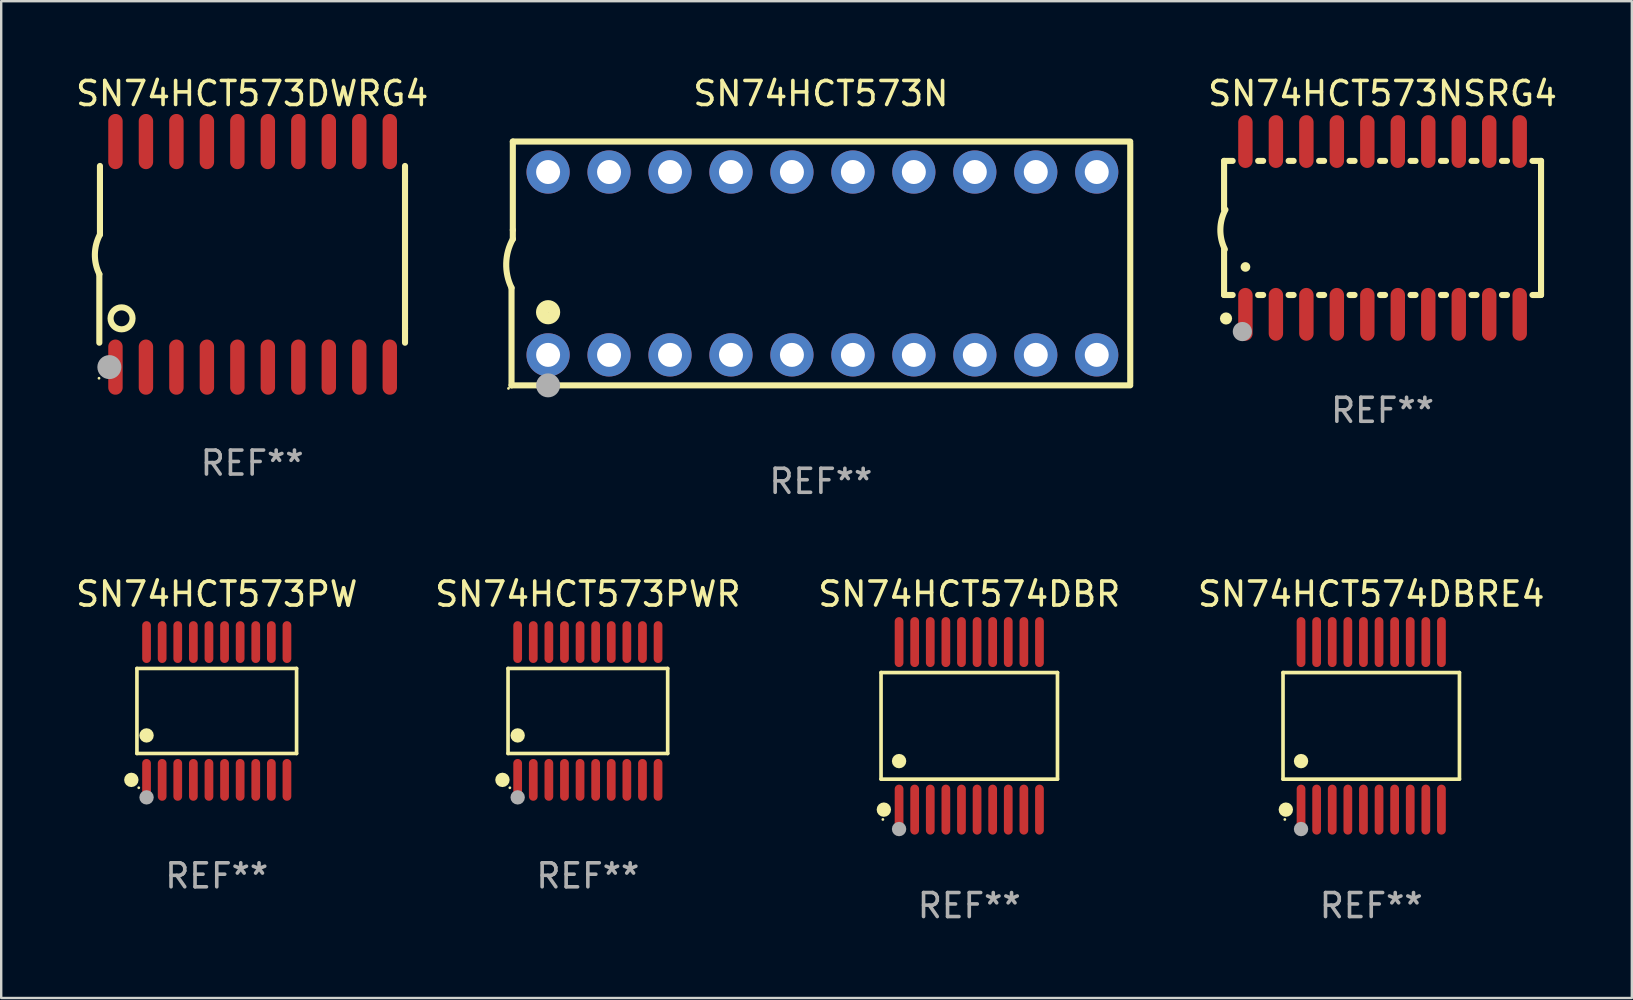
<source format=kicad_pcb>
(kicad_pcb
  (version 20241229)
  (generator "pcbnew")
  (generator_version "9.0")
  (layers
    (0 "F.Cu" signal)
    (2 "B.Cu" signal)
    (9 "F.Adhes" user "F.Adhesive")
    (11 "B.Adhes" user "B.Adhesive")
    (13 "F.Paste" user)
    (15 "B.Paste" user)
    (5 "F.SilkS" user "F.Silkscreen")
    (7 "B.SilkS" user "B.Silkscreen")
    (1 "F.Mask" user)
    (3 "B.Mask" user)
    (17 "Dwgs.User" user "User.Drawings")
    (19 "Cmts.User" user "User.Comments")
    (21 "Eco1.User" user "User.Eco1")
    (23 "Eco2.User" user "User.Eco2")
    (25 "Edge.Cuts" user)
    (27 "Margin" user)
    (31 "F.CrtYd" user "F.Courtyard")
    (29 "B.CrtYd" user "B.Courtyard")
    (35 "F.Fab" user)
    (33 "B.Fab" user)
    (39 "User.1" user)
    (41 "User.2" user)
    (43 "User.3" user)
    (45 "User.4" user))
  (footprint "SN74HCT573PWR"
    (layer "F.Cu")
    (at 21.446 26.576)
    (property "Reference" "SN74HCT573PWR" (at 0 -4.871 0) (layer "F.SilkS") (effects (font (size 1 1) (thickness 0.15))))
    (attr through_hole)
    (fp_line (start -3.326 -1.771) (end 3.326 -1.771) (stroke (width 0.152) (type solid)) (layer "F.SilkS"))
    (fp_line (start -3.326 1.771) (end -3.326 -1.771) (stroke (width 0.152) (type solid)) (layer "F.SilkS"))
    (fp_line (start 3.326 -1.771) (end 3.326 1.771) (stroke (width 0.152) (type solid)) (layer "F.SilkS"))
    (fp_line (start 3.326 1.771) (end -3.326 1.771) (stroke (width 0.152) (type solid)) (layer "F.SilkS"))
    (fp_circle (center -3.559 2.871) (end -3.409 2.871) (stroke (width 0.3) (type solid)) (fill no) (layer "F.SilkS"))
    (fp_circle (center -3.25 3.2) (end -3.22 3.2) (stroke (width 0.06) (type solid)) (fill no) (layer "F.SilkS"))
    (fp_circle (center -2.925 1.019) (end -2.775 1.019) (stroke (width 0.3) (type solid)) (fill no) (layer "F.SilkS"))
    (fp_circle (center -2.925 3.6) (end -2.775 3.6) (stroke (width 0.3) (type solid)) (fill no) (layer "F.Fab"))
    (fp_text user "REF**" (at 0 6.871 0) (layer "F.Fab") (effects (font (size 1 1) (thickness 0.15))))
    (pad "1" smd oval (at -2.925 2.871) (size 0.364 1.742) (layers "F.Cu" "F.Mask" "F.Paste"))
    (pad "2" smd oval (at -2.275 2.871) (size 0.364 1.742) (layers "F.Cu" "F.Mask" "F.Paste"))
    (pad "3" smd oval (at -1.625 2.871) (size 0.364 1.742) (layers "F.Cu" "F.Mask" "F.Paste"))
    (pad "4" smd oval (at -0.975 2.871) (size 0.364 1.742) (layers "F.Cu" "F.Mask" "F.Paste"))
    (pad "5" smd oval (at -0.325 2.871) (size 0.364 1.742) (layers "F.Cu" "F.Mask" "F.Paste"))
    (pad "6" smd oval (at 0.325 2.871) (size 0.364 1.742) (layers "F.Cu" "F.Mask" "F.Paste"))
    (pad "7" smd oval (at 0.975 2.871) (size 0.364 1.742) (layers "F.Cu" "F.Mask" "F.Paste"))
    (pad "8" smd oval (at 1.625 2.871) (size 0.364 1.742) (layers "F.Cu" "F.Mask" "F.Paste"))
    (pad "9" smd oval (at 2.275 2.871) (size 0.364 1.742) (layers "F.Cu" "F.Mask" "F.Paste"))
    (pad "10" smd oval (at 2.925 2.871) (size 0.364 1.742) (layers "F.Cu" "F.Mask" "F.Paste"))
    (pad "11" smd oval (at 2.925 -2.871) (size 0.364 1.742) (layers "F.Cu" "F.Mask" "F.Paste"))
    (pad "12" smd oval (at 2.275 -2.871) (size 0.364 1.742) (layers "F.Cu" "F.Mask" "F.Paste"))
    (pad "13" smd oval (at 1.625 -2.871) (size 0.364 1.742) (layers "F.Cu" "F.Mask" "F.Paste"))
    (pad "14" smd oval (at 0.975 -2.871) (size 0.364 1.742) (layers "F.Cu" "F.Mask" "F.Paste"))
    (pad "15" smd oval (at 0.325 -2.871) (size 0.364 1.742) (layers "F.Cu" "F.Mask" "F.Paste"))
    (pad "16" smd oval (at -0.325 -2.871) (size 0.364 1.742) (layers "F.Cu" "F.Mask" "F.Paste"))
    (pad "17" smd oval (at -0.975 -2.871) (size 0.364 1.742) (layers "F.Cu" "F.Mask" "F.Paste"))
    (pad "18" smd oval (at -1.625 -2.871) (size 0.364 1.742) (layers "F.Cu" "F.Mask" "F.Paste"))
    (pad "19" smd oval (at -2.275 -2.871) (size 0.364 1.742) (layers "F.Cu" "F.Mask" "F.Paste"))
    (pad "20" smd oval (at -2.925 -2.871) (size 0.364 1.742) (layers "F.Cu" "F.Mask" "F.Paste")))
  (footprint "SN74HCT573NSRG4"
    (layer "F.Cu")
    (at 54.561 6.448)
    (property "Reference" "SN74HCT573NSRG4" (at 0 -5.6 0) (layer "F.SilkS") (effects (font (size 1 1) (thickness 0.15))))
    (attr through_hole)
    (fp_line (start -6.604 -2.794) (end -6.246 -2.794) (stroke (width 0.254) (type solid)) (layer "F.SilkS"))
    (fp_line (start -6.604 -0.762) (end -6.604 -2.794) (stroke (width 0.254) (type solid)) (layer "F.SilkS"))
    (fp_line (start -6.604 2.794) (end -6.604 0.889) (stroke (width 0.254) (type solid)) (layer "F.SilkS"))
    (fp_line (start -6.246 2.794) (end -6.604 2.794) (stroke (width 0.254) (type solid)) (layer "F.SilkS"))
    (fp_line (start -5.184 -2.794) (end -4.976 -2.794) (stroke (width 0.254) (type solid)) (layer "F.SilkS"))
    (fp_line (start -4.976 2.794) (end -5.184 2.794) (stroke (width 0.254) (type solid)) (layer "F.SilkS"))
    (fp_line (start -3.914 -2.794) (end -3.706 -2.794) (stroke (width 0.254) (type solid)) (layer "F.SilkS"))
    (fp_line (start -3.706 2.794) (end -3.914 2.794) (stroke (width 0.254) (type solid)) (layer "F.SilkS"))
    (fp_line (start -2.644 -2.794) (end -2.436 -2.794) (stroke (width 0.254) (type solid)) (layer "F.SilkS"))
    (fp_line (start -2.436 2.794) (end -2.644 2.794) (stroke (width 0.254) (type solid)) (layer "F.SilkS"))
    (fp_line (start -1.374 -2.794) (end -1.166 -2.794) (stroke (width 0.254) (type solid)) (layer "F.SilkS"))
    (fp_line (start -1.166 2.794) (end -1.374 2.794) (stroke (width 0.254) (type solid)) (layer "F.SilkS"))
    (fp_line (start -0.104 -2.794) (end 0.104 -2.794) (stroke (width 0.254) (type solid)) (layer "F.SilkS"))
    (fp_line (start 0.104 2.794) (end -0.104 2.794) (stroke (width 0.254) (type solid)) (layer "F.SilkS"))
    (fp_line (start 1.166 -2.794) (end 1.374 -2.794) (stroke (width 0.254) (type solid)) (layer "F.SilkS"))
    (fp_line (start 1.374 2.794) (end 1.166 2.794) (stroke (width 0.254) (type solid)) (layer "F.SilkS"))
    (fp_line (start 2.436 -2.794) (end 2.644 -2.794) (stroke (width 0.254) (type solid)) (layer "F.SilkS"))
    (fp_line (start 2.644 2.794) (end 2.436 2.794) (stroke (width 0.254) (type solid)) (layer "F.SilkS"))
    (fp_line (start 3.706 -2.794) (end 3.914 -2.794) (stroke (width 0.254) (type solid)) (layer "F.SilkS"))
    (fp_line (start 3.914 2.794) (end 3.706 2.794) (stroke (width 0.254) (type solid)) (layer "F.SilkS"))
    (fp_line (start 4.976 -2.794) (end 5.184 -2.794) (stroke (width 0.254) (type solid)) (layer "F.SilkS"))
    (fp_line (start 5.184 2.794) (end 4.976 2.794) (stroke (width 0.254) (type solid)) (layer "F.SilkS"))
    (fp_line (start 6.246 -2.794) (end 6.604 -2.794) (stroke (width 0.254) (type solid)) (layer "F.SilkS"))
    (fp_line (start 6.604 -2.794) (end 6.604 2.794) (stroke (width 0.254) (type solid)) (layer "F.SilkS"))
    (fp_line (start 6.604 2.794) (end 6.246 2.794) (stroke (width 0.254) (type solid)) (layer "F.SilkS"))
    (fp_arc (start -6.572821 0.889028) (mid -6.759035 0.060466) (end -6.547422 -0.761976) (stroke (width 0.254001) (type solid)) (layer "F.SilkS"))
    (fp_arc (start -6.570993 3.749047) (mid -6.569723 3.749042) (end -6.568453 3.749047) (stroke (width 0.3) (type solid)) (layer "F.SilkS"))
    (fp_arc (start -5.715011 1.625603) (mid -5.713741 1.625599) (end -5.712471 1.625603) (stroke (width 0.4) (type solid)) (layer "F.SilkS"))
    (fp_circle (center -6.523 3.773) (end -6.396 3.773) (stroke (width 0.254) (type solid)) (fill no) (layer "F.SilkS"))
    (fp_circle (center -5.842 4.318) (end -5.642 4.318) (stroke (width 0.4) (type solid)) (fill no) (layer "F.Fab"))
    (fp_text user "REF**" (at 0 7.6 0) (layer "F.Fab") (effects (font (size 1 1) (thickness 0.15))))
    (pad "1" smd oval (at -5.715 3.6) (size 0.6 2.2) (layers "F.Cu" "F.Mask" "F.Paste"))
    (pad "2" smd oval (at -4.445 3.6) (size 0.6 2.2) (layers "F.Cu" "F.Mask" "F.Paste"))
    (pad "3" smd oval (at -3.175 3.6) (size 0.6 2.2) (layers "F.Cu" "F.Mask" "F.Paste"))
    (pad "4" smd oval (at -1.905 3.6) (size 0.6 2.2) (layers "F.Cu" "F.Mask" "F.Paste"))
    (pad "5" smd oval (at -0.635 3.6) (size 0.6 2.2) (layers "F.Cu" "F.Mask" "F.Paste"))
    (pad "6" smd oval (at 0.635 3.6) (size 0.6 2.2) (layers "F.Cu" "F.Mask" "F.Paste"))
    (pad "7" smd oval (at 1.905 3.6) (size 0.6 2.2) (layers "F.Cu" "F.Mask" "F.Paste"))
    (pad "8" smd oval (at 3.175 3.6) (size 0.6 2.2) (layers "F.Cu" "F.Mask" "F.Paste"))
    (pad "9" smd oval (at 4.445 3.6) (size 0.6 2.2) (layers "F.Cu" "F.Mask" "F.Paste"))
    (pad "10" smd oval (at 5.715 3.6) (size 0.6 2.2) (layers "F.Cu" "F.Mask" "F.Paste"))
    (pad "11" smd oval (at 5.715 -3.6 180) (size 0.6 2.2) (layers "F.Cu" "F.Mask" "F.Paste"))
    (pad "12" smd oval (at 4.445 -3.6 180) (size 0.6 2.2) (layers "F.Cu" "F.Mask" "F.Paste"))
    (pad "13" smd oval (at 3.175 -3.6 180) (size 0.6 2.2) (layers "F.Cu" "F.Mask" "F.Paste"))
    (pad "14" smd oval (at 1.905 -3.6 180) (size 0.6 2.2) (layers "F.Cu" "F.Mask" "F.Paste"))
    (pad "15" smd oval (at 0.635 -3.6 180) (size 0.6 2.2) (layers "F.Cu" "F.Mask" "F.Paste"))
    (pad "16" smd oval (at -0.635 -3.6 180) (size 0.6 2.2) (layers "F.Cu" "F.Mask" "F.Paste"))
    (pad "17" smd oval (at -1.905 -3.6 180) (size 0.6 2.2) (layers "F.Cu" "F.Mask" "F.Paste"))
    (pad "18" smd oval (at -3.175 -3.6 180) (size 0.6 2.2) (layers "F.Cu" "F.Mask" "F.Paste"))
    (pad "19" smd oval (at -4.445 -3.6 180) (size 0.6 2.2) (layers "F.Cu" "F.Mask" "F.Paste"))
    (pad "20" smd oval (at -5.715 -3.6 180) (size 0.6 2.2) (layers "F.Cu" "F.Mask" "F.Paste")))
  (footprint "SN74HCT573DWRG4"
    (layer "F.Cu")
    (at 7.458 7.548)
    (property "Reference" "SN74HCT573DWRG4" (at 0 -6.7 0) (layer "F.SilkS") (effects (font (size 1 1) (thickness 0.15))))
    (attr through_hole)
    (fp_line (start -6.369 0.826) (end -6.369 3.683) (stroke (width 0.254) (type solid)) (layer "F.SilkS"))
    (fp_line (start -6.343 -0.825) (end -6.343 -3.683) (stroke (width 0.254) (type solid)) (layer "F.SilkS"))
    (fp_line (start 6.369 -3.048) (end 6.369 -3.683) (stroke (width 0.254) (type solid)) (layer "F.SilkS"))
    (fp_line (start 6.369 -3.048) (end 6.369 3.096) (stroke (width 0.254) (type solid)) (layer "F.SilkS"))
    (fp_line (start 6.369 3.096) (end 6.369 3.683) (stroke (width 0.254) (type solid)) (layer "F.SilkS"))
    (fp_arc (start -6.36853 0.825552) (mid -6.554743 -0.00301) (end -6.343129 -0.825451) (stroke (width 0.254001) (type solid)) (layer "F.SilkS"))
    (fp_circle (center -6.382 5.163) (end -6.352 5.163) (stroke (width 0.06) (type solid)) (fill no) (layer "F.SilkS"))
    (fp_circle (center -5.443 2.667) (end -4.985 2.667) (stroke (width 0.254) (type solid)) (fill no) (layer "F.SilkS"))
    (fp_circle (center -5.951 4.699) (end -5.701 4.699) (stroke (width 0.5) (type solid)) (fill no) (layer "F.Fab"))
    (fp_text user "REF**" (at 0 8.7 0) (layer "F.Fab") (effects (font (size 1 1) (thickness 0.15))))
    (pad "1" smd oval (at -5.697 4.7 180) (size 0.6 2.3) (layers "F.Cu" "F.Mask" "F.Paste"))
    (pad "2" smd oval (at -4.427 4.7 180) (size 0.6 2.3) (layers "F.Cu" "F.Mask" "F.Paste"))
    (pad "3" smd oval (at -3.157 4.7 180) (size 0.6 2.3) (layers "F.Cu" "F.Mask" "F.Paste"))
    (pad "4" smd oval (at -1.887 4.7 180) (size 0.6 2.3) (layers "F.Cu" "F.Mask" "F.Paste"))
    (pad "5" smd oval (at -0.617 4.7 180) (size 0.6 2.3) (layers "F.Cu" "F.Mask" "F.Paste"))
    (pad "6" smd oval (at 0.653 4.7 180) (size 0.6 2.3) (layers "F.Cu" "F.Mask" "F.Paste"))
    (pad "7" smd oval (at 1.923 4.7 180) (size 0.6 2.3) (layers "F.Cu" "F.Mask" "F.Paste"))
    (pad "8" smd oval (at 3.193 4.7 180) (size 0.6 2.3) (layers "F.Cu" "F.Mask" "F.Paste"))
    (pad "9" smd oval (at 4.463 4.7 180) (size 0.6 2.3) (layers "F.Cu" "F.Mask" "F.Paste"))
    (pad "10" smd oval (at 5.734 4.7 180) (size 0.6 2.3) (layers "F.Cu" "F.Mask" "F.Paste"))
    (pad "11" smd oval (at 5.734 -4.7 180) (size 0.6 2.3) (layers "F.Cu" "F.Mask" "F.Paste"))
    (pad "12" smd oval (at 4.463 -4.7 180) (size 0.6 2.3) (layers "F.Cu" "F.Mask" "F.Paste"))
    (pad "13" smd oval (at 3.193 -4.7 180) (size 0.6 2.3) (layers "F.Cu" "F.Mask" "F.Paste"))
    (pad "14" smd oval (at 1.923 -4.7 180) (size 0.6 2.3) (layers "F.Cu" "F.Mask" "F.Paste"))
    (pad "15" smd oval (at 0.653 -4.7 180) (size 0.6 2.3) (layers "F.Cu" "F.Mask" "F.Paste"))
    (pad "16" smd oval (at -0.617 -4.7 180) (size 0.6 2.3) (layers "F.Cu" "F.Mask" "F.Paste"))
    (pad "17" smd oval (at -1.887 -4.7 180) (size 0.6 2.3) (layers "F.Cu" "F.Mask" "F.Paste"))
    (pad "18" smd oval (at -3.157 -4.7 180) (size 0.6 2.3) (layers "F.Cu" "F.Mask" "F.Paste"))
    (pad "19" smd oval (at -4.427 -4.7 180) (size 0.6 2.3) (layers "F.Cu" "F.Mask" "F.Paste"))
    (pad "20" smd oval (at -5.697 -4.7 180) (size 0.6 2.3) (layers "F.Cu" "F.Mask" "F.Paste")))
  (footprint "SN74HCT573N"
    (layer "F.Cu")
    (at 31.156 7.928)
    (property "Reference" "SN74HCT573N" (at 0 -7.08 0) (layer "F.SilkS") (effects (font (size 1 1) (thickness 0.15))))
    (attr through_hole)
    (fp_line (start -12.891 5.08) (end -12.891 1.016) (stroke (width 0.254) (type solid)) (layer "F.SilkS"))
    (fp_line (start -12.891 5.08) (end 12.891 5.08) (stroke (width 0.254) (type solid)) (layer "F.SilkS"))
    (fp_line (start -12.837 -5.08) (end -12.837 -1.397) (stroke (width 0.254) (type solid)) (layer "F.SilkS"))
    (fp_line (start -12.837 -5.08) (end 12.891 -5.08) (stroke (width 0.254) (type solid)) (layer "F.SilkS"))
    (fp_line (start -12.837 -1.397) (end -12.837 -1.016) (stroke (width 0.254) (type solid)) (layer "F.SilkS"))
    (fp_line (start 12.891 -5) (end 12.891 5) (stroke (width 0.254) (type solid)) (layer "F.SilkS"))
    (fp_arc (start -12.890526 1.016002) (mid -13.111945 -0.006602) (end -12.836525 -1.016002) (stroke (width 0.254001) (type solid)) (layer "F.SilkS"))
    (fp_circle (center -13.018 5.207) (end -12.988 5.207) (stroke (width 0.06) (type solid)) (fill no) (layer "F.SilkS"))
    (fp_circle (center -11.367 2.032) (end -11.113 2.032) (stroke (width 0.5) (type solid)) (fill no) (layer "F.SilkS"))
    (fp_circle (center -11.367 5.08) (end -11.117 5.08) (stroke (width 0.5) (type solid)) (fill no) (layer "F.Fab"))
    (fp_text user "REF**" (at 0 9.08 0) (layer "F.Fab") (effects (font (size 1 1) (thickness 0.15))))
    (pad "1" thru_hole circle (at -11.367 3.81) (size 1.8 1.8) (drill 1) (layers "*.Cu" "*.Mask"))
    (pad "2" thru_hole circle (at -8.827 3.81) (size 1.8 1.8) (drill 1) (layers "*.Cu" "*.Mask"))
    (pad "3" thru_hole circle (at -6.287 3.81) (size 1.8 1.8) (drill 1) (layers "*.Cu" "*.Mask"))
    (pad "4" thru_hole circle (at -3.747 3.81) (size 1.8 1.8) (drill 1) (layers "*.Cu" "*.Mask"))
    (pad "5" thru_hole circle (at -1.207 3.81) (size 1.8 1.8) (drill 1) (layers "*.Cu" "*.Mask"))
    (pad "6" thru_hole circle (at 1.334 3.81) (size 1.8 1.8) (drill 1) (layers "*.Cu" "*.Mask"))
    (pad "7" thru_hole circle (at 3.874 3.81) (size 1.8 1.8) (drill 1) (layers "*.Cu" "*.Mask"))
    (pad "8" thru_hole circle (at 6.414 3.81) (size 1.8 1.8) (drill 1) (layers "*.Cu" "*.Mask"))
    (pad "9" thru_hole circle (at 8.954 3.81) (size 1.8 1.8) (drill 1) (layers "*.Cu" "*.Mask"))
    (pad "10" thru_hole circle (at 11.494 3.81) (size 1.8 1.8) (drill 1) (layers "*.Cu" "*.Mask"))
    (pad "11" thru_hole circle (at 11.494 -3.81) (size 1.8 1.8) (drill 1) (layers "*.Cu" "*.Mask"))
    (pad "12" thru_hole circle (at 8.954 -3.81) (size 1.8 1.8) (drill 1) (layers "*.Cu" "*.Mask"))
    (pad "13" thru_hole circle (at 6.414 -3.81) (size 1.8 1.8) (drill 1) (layers "*.Cu" "*.Mask"))
    (pad "14" thru_hole circle (at 3.874 -3.81) (size 1.8 1.8) (drill 1) (layers "*.Cu" "*.Mask"))
    (pad "15" thru_hole circle (at 1.334 -3.81) (size 1.8 1.8) (drill 1) (layers "*.Cu" "*.Mask"))
    (pad "16" thru_hole circle (at -1.207 -3.81) (size 1.8 1.8) (drill 1) (layers "*.Cu" "*.Mask"))
    (pad "17" thru_hole circle (at -3.747 -3.81) (size 1.8 1.8) (drill 1) (layers "*.Cu" "*.Mask"))
    (pad "18" thru_hole circle (at -6.287 -3.81) (size 1.8 1.8) (drill 1) (layers "*.Cu" "*.Mask"))
    (pad "19" thru_hole circle (at -8.827 -3.81) (size 1.8 1.8) (drill 1) (layers "*.Cu" "*.Mask"))
    (pad "20" thru_hole circle (at -11.367 -3.81) (size 1.8 1.8) (drill 1) (layers "*.Cu" "*.Mask")))
  (footprint "SN74HCT574DBR"
    (layer "F.Cu")
    (at 37.339 27.196)
    (property "Reference" "SN74HCT574DBR" (at 0 -5.491 0) (layer "F.SilkS") (effects (font (size 1 1) (thickness 0.15))))
    (attr through_hole)
    (fp_line (start -3.676 -2.221) (end 3.676 -2.221) (stroke (width 0.152) (type solid)) (layer "F.SilkS"))
    (fp_line (start -3.676 2.221) (end -3.676 -2.221) (stroke (width 0.152) (type solid)) (layer "F.SilkS"))
    (fp_line (start 3.676 -2.221) (end 3.676 2.221) (stroke (width 0.152) (type solid)) (layer "F.SilkS"))
    (fp_line (start 3.676 2.221) (end -3.676 2.221) (stroke (width 0.152) (type solid)) (layer "F.SilkS"))
    (fp_circle (center -3.6 3.9) (end -3.57 3.9) (stroke (width 0.06) (type solid)) (fill no) (layer "F.SilkS"))
    (fp_circle (center -3.559 3.491) (end -3.409 3.491) (stroke (width 0.3) (type solid)) (fill no) (layer "F.SilkS"))
    (fp_circle (center -2.925 1.469) (end -2.775 1.469) (stroke (width 0.3) (type solid)) (fill no) (layer "F.SilkS"))
    (fp_circle (center -2.925 4.3) (end -2.775 4.3) (stroke (width 0.3) (type solid)) (fill no) (layer "F.Fab"))
    (fp_text user "REF**" (at 0 7.491 0) (layer "F.Fab") (effects (font (size 1 1) (thickness 0.15))))
    (pad "1" smd oval (at -2.925 3.491) (size 0.364 2.082) (layers "F.Cu" "F.Mask" "F.Paste"))
    (pad "2" smd oval (at -2.275 3.491) (size 0.364 2.082) (layers "F.Cu" "F.Mask" "F.Paste"))
    (pad "3" smd oval (at -1.625 3.491) (size 0.364 2.082) (layers "F.Cu" "F.Mask" "F.Paste"))
    (pad "4" smd oval (at -0.975 3.491) (size 0.364 2.082) (layers "F.Cu" "F.Mask" "F.Paste"))
    (pad "5" smd oval (at -0.325 3.491) (size 0.364 2.082) (layers "F.Cu" "F.Mask" "F.Paste"))
    (pad "6" smd oval (at 0.325 3.491) (size 0.364 2.082) (layers "F.Cu" "F.Mask" "F.Paste"))
    (pad "7" smd oval (at 0.975 3.491) (size 0.364 2.082) (layers "F.Cu" "F.Mask" "F.Paste"))
    (pad "8" smd oval (at 1.625 3.491) (size 0.364 2.082) (layers "F.Cu" "F.Mask" "F.Paste"))
    (pad "9" smd oval (at 2.275 3.491) (size 0.364 2.082) (layers "F.Cu" "F.Mask" "F.Paste"))
    (pad "10" smd oval (at 2.925 3.491) (size 0.364 2.082) (layers "F.Cu" "F.Mask" "F.Paste"))
    (pad "11" smd oval (at 2.925 -3.491) (size 0.364 2.082) (layers "F.Cu" "F.Mask" "F.Paste"))
    (pad "12" smd oval (at 2.275 -3.491) (size 0.364 2.082) (layers "F.Cu" "F.Mask" "F.Paste"))
    (pad "13" smd oval (at 1.625 -3.491) (size 0.364 2.082) (layers "F.Cu" "F.Mask" "F.Paste"))
    (pad "14" smd oval (at 0.975 -3.491) (size 0.364 2.082) (layers "F.Cu" "F.Mask" "F.Paste"))
    (pad "15" smd oval (at 0.325 -3.491) (size 0.364 2.082) (layers "F.Cu" "F.Mask" "F.Paste"))
    (pad "16" smd oval (at -0.325 -3.491) (size 0.364 2.082) (layers "F.Cu" "F.Mask" "F.Paste"))
    (pad "17" smd oval (at -0.975 -3.491) (size 0.364 2.082) (layers "F.Cu" "F.Mask" "F.Paste"))
    (pad "18" smd oval (at -1.625 -3.491) (size 0.364 2.082) (layers "F.Cu" "F.Mask" "F.Paste"))
    (pad "19" smd oval (at -2.275 -3.491) (size 0.364 2.082) (layers "F.Cu" "F.Mask" "F.Paste"))
    (pad "20" smd oval (at -2.925 -3.491) (size 0.364 2.082) (layers "F.Cu" "F.Mask" "F.Paste")))
  (footprint "SN74HCT573PW"
    (layer "F.Cu")
    (at 5.982 26.576)
    (property "Reference" "SN74HCT573PW" (at 0 -4.871 0) (layer "F.SilkS") (effects (font (size 1 1) (thickness 0.15))))
    (attr through_hole)
    (fp_line (start -3.326 -1.771) (end 3.326 -1.771) (stroke (width 0.152) (type solid)) (layer "F.SilkS"))
    (fp_line (start -3.326 1.771) (end -3.326 -1.771) (stroke (width 0.152) (type solid)) (layer "F.SilkS"))
    (fp_line (start 3.326 -1.771) (end 3.326 1.771) (stroke (width 0.152) (type solid)) (layer "F.SilkS"))
    (fp_line (start 3.326 1.771) (end -3.326 1.771) (stroke (width 0.152) (type solid)) (layer "F.SilkS"))
    (fp_circle (center -3.559 2.871) (end -3.409 2.871) (stroke (width 0.3) (type solid)) (fill no) (layer "F.SilkS"))
    (fp_circle (center -3.25 3.2) (end -3.22 3.2) (stroke (width 0.06) (type solid)) (fill no) (layer "F.SilkS"))
    (fp_circle (center -2.925 1.019) (end -2.775 1.019) (stroke (width 0.3) (type solid)) (fill no) (layer "F.SilkS"))
    (fp_circle (center -2.925 3.6) (end -2.775 3.6) (stroke (width 0.3) (type solid)) (fill no) (layer "F.Fab"))
    (fp_text user "REF**" (at 0 6.871 0) (layer "F.Fab") (effects (font (size 1 1) (thickness 0.15))))
    (pad "1" smd oval (at -2.925 2.871) (size 0.364 1.742) (layers "F.Cu" "F.Mask" "F.Paste"))
    (pad "2" smd oval (at -2.275 2.871) (size 0.364 1.742) (layers "F.Cu" "F.Mask" "F.Paste"))
    (pad "3" smd oval (at -1.625 2.871) (size 0.364 1.742) (layers "F.Cu" "F.Mask" "F.Paste"))
    (pad "4" smd oval (at -0.975 2.871) (size 0.364 1.742) (layers "F.Cu" "F.Mask" "F.Paste"))
    (pad "5" smd oval (at -0.325 2.871) (size 0.364 1.742) (layers "F.Cu" "F.Mask" "F.Paste"))
    (pad "6" smd oval (at 0.325 2.871) (size 0.364 1.742) (layers "F.Cu" "F.Mask" "F.Paste"))
    (pad "7" smd oval (at 0.975 2.871) (size 0.364 1.742) (layers "F.Cu" "F.Mask" "F.Paste"))
    (pad "8" smd oval (at 1.625 2.871) (size 0.364 1.742) (layers "F.Cu" "F.Mask" "F.Paste"))
    (pad "9" smd oval (at 2.275 2.871) (size 0.364 1.742) (layers "F.Cu" "F.Mask" "F.Paste"))
    (pad "10" smd oval (at 2.925 2.871) (size 0.364 1.742) (layers "F.Cu" "F.Mask" "F.Paste"))
    (pad "11" smd oval (at 2.925 -2.871) (size 0.364 1.742) (layers "F.Cu" "F.Mask" "F.Paste"))
    (pad "12" smd oval (at 2.275 -2.871) (size 0.364 1.742) (layers "F.Cu" "F.Mask" "F.Paste"))
    (pad "13" smd oval (at 1.625 -2.871) (size 0.364 1.742) (layers "F.Cu" "F.Mask" "F.Paste"))
    (pad "14" smd oval (at 0.975 -2.871) (size 0.364 1.742) (layers "F.Cu" "F.Mask" "F.Paste"))
    (pad "15" smd oval (at 0.325 -2.871) (size 0.364 1.742) (layers "F.Cu" "F.Mask" "F.Paste"))
    (pad "16" smd oval (at -0.325 -2.871) (size 0.364 1.742) (layers "F.Cu" "F.Mask" "F.Paste"))
    (pad "17" smd oval (at -0.975 -2.871) (size 0.364 1.742) (layers "F.Cu" "F.Mask" "F.Paste"))
    (pad "18" smd oval (at -1.625 -2.871) (size 0.364 1.742) (layers "F.Cu" "F.Mask" "F.Paste"))
    (pad "19" smd oval (at -2.275 -2.871) (size 0.364 1.742) (layers "F.Cu" "F.Mask" "F.Paste"))
    (pad "20" smd oval (at -2.925 -2.871) (size 0.364 1.742) (layers "F.Cu" "F.Mask" "F.Paste")))
  (footprint "SN74HCT574DBRE4"
    (layer "F.Cu")
    (at 54.089 27.196)
    (property "Reference" "SN74HCT574DBRE4" (at 0 -5.491 0) (layer "F.SilkS") (effects (font (size 1 1) (thickness 0.15))))
    (attr through_hole)
    (fp_line (start -3.676 -2.221) (end 3.676 -2.221) (stroke (width 0.152) (type solid)) (layer "F.SilkS"))
    (fp_line (start -3.676 2.221) (end -3.676 -2.221) (stroke (width 0.152) (type solid)) (layer "F.SilkS"))
    (fp_line (start 3.676 -2.221) (end 3.676 2.221) (stroke (width 0.152) (type solid)) (layer "F.SilkS"))
    (fp_line (start 3.676 2.221) (end -3.676 2.221) (stroke (width 0.152) (type solid)) (layer "F.SilkS"))
    (fp_circle (center -3.6 3.9) (end -3.57 3.9) (stroke (width 0.06) (type solid)) (fill no) (layer "F.SilkS"))
    (fp_circle (center -3.559 3.491) (end -3.409 3.491) (stroke (width 0.3) (type solid)) (fill no) (layer "F.SilkS"))
    (fp_circle (center -2.925 1.469) (end -2.775 1.469) (stroke (width 0.3) (type solid)) (fill no) (layer "F.SilkS"))
    (fp_circle (center -2.925 4.3) (end -2.775 4.3) (stroke (width 0.3) (type solid)) (fill no) (layer "F.Fab"))
    (fp_text user "REF**" (at 0 7.491 0) (layer "F.Fab") (effects (font (size 1 1) (thickness 0.15))))
    (pad "1" smd oval (at -2.925 3.491) (size 0.364 2.082) (layers "F.Cu" "F.Mask" "F.Paste"))
    (pad "2" smd oval (at -2.275 3.491) (size 0.364 2.082) (layers "F.Cu" "F.Mask" "F.Paste"))
    (pad "3" smd oval (at -1.625 3.491) (size 0.364 2.082) (layers "F.Cu" "F.Mask" "F.Paste"))
    (pad "4" smd oval (at -0.975 3.491) (size 0.364 2.082) (layers "F.Cu" "F.Mask" "F.Paste"))
    (pad "5" smd oval (at -0.325 3.491) (size 0.364 2.082) (layers "F.Cu" "F.Mask" "F.Paste"))
    (pad "6" smd oval (at 0.325 3.491) (size 0.364 2.082) (layers "F.Cu" "F.Mask" "F.Paste"))
    (pad "7" smd oval (at 0.975 3.491) (size 0.364 2.082) (layers "F.Cu" "F.Mask" "F.Paste"))
    (pad "8" smd oval (at 1.625 3.491) (size 0.364 2.082) (layers "F.Cu" "F.Mask" "F.Paste"))
    (pad "9" smd oval (at 2.275 3.491) (size 0.364 2.082) (layers "F.Cu" "F.Mask" "F.Paste"))
    (pad "10" smd oval (at 2.925 3.491) (size 0.364 2.082) (layers "F.Cu" "F.Mask" "F.Paste"))
    (pad "11" smd oval (at 2.925 -3.491) (size 0.364 2.082) (layers "F.Cu" "F.Mask" "F.Paste"))
    (pad "12" smd oval (at 2.275 -3.491) (size 0.364 2.082) (layers "F.Cu" "F.Mask" "F.Paste"))
    (pad "13" smd oval (at 1.625 -3.491) (size 0.364 2.082) (layers "F.Cu" "F.Mask" "F.Paste"))
    (pad "14" smd oval (at 0.975 -3.491) (size 0.364 2.082) (layers "F.Cu" "F.Mask" "F.Paste"))
    (pad "15" smd oval (at 0.325 -3.491) (size 0.364 2.082) (layers "F.Cu" "F.Mask" "F.Paste"))
    (pad "16" smd oval (at -0.325 -3.491) (size 0.364 2.082) (layers "F.Cu" "F.Mask" "F.Paste"))
    (pad "17" smd oval (at -0.975 -3.491) (size 0.364 2.082) (layers "F.Cu" "F.Mask" "F.Paste"))
    (pad "18" smd oval (at -1.625 -3.491) (size 0.364 2.082) (layers "F.Cu" "F.Mask" "F.Paste"))
    (pad "19" smd oval (at -2.275 -3.491) (size 0.364 2.082) (layers "F.Cu" "F.Mask" "F.Paste"))
    (pad "20" smd oval (at -2.925 -3.491) (size 0.364 2.082) (layers "F.Cu" "F.Mask" "F.Paste")))
  (gr_rect
    (start -3 -3)
    (end 64.948 38.535)
    (stroke (width 0.1) (type default))
    (fill no)
    (layer "Edge.Cuts")))
</source>
